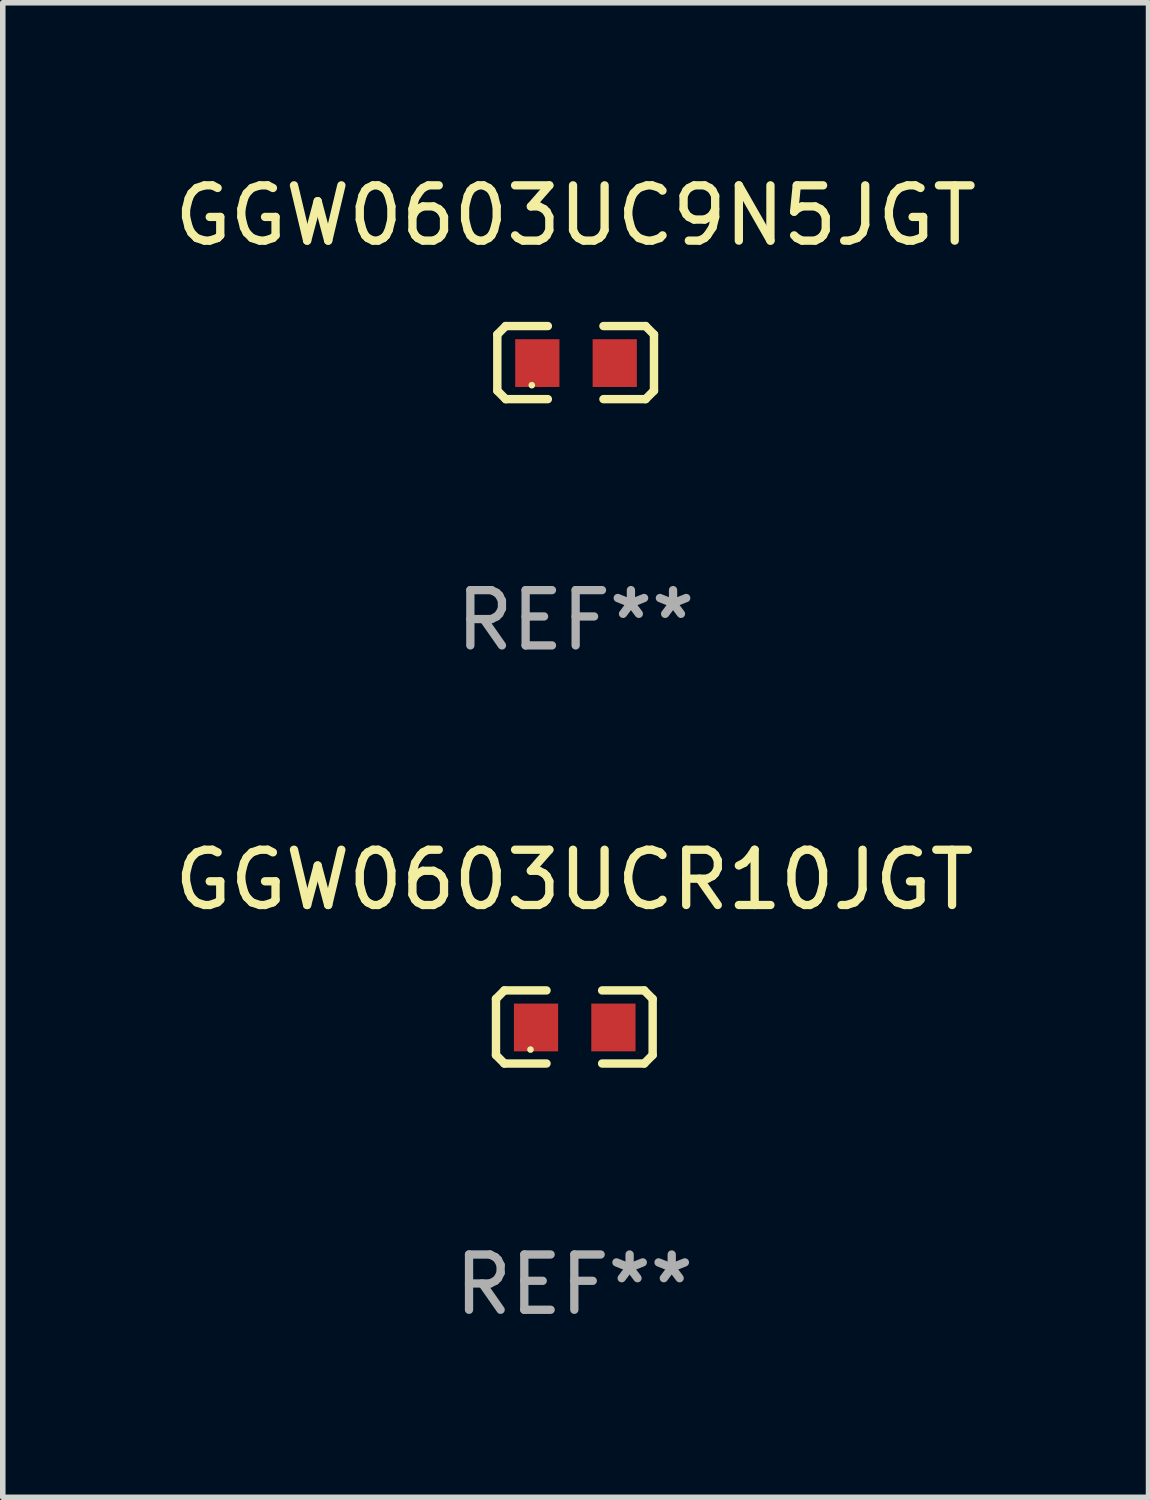
<source format=kicad_pcb>
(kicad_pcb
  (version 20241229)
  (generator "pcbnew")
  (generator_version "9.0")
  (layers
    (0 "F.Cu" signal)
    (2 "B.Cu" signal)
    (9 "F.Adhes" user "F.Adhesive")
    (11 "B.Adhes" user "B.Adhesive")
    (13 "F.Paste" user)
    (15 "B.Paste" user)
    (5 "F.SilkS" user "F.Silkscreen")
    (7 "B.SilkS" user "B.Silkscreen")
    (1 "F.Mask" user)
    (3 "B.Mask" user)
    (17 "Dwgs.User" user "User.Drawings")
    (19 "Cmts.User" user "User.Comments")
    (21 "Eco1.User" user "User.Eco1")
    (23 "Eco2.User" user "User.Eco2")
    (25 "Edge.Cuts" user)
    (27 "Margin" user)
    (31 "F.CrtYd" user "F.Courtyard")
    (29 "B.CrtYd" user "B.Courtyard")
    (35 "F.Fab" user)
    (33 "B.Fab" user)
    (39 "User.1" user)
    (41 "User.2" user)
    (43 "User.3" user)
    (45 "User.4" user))
  (footprint "GGW0603UCR10JGT"
    (layer "F.Cu")
    (at 7.339 15.527)
    (property "Reference" "GGW0603UCR10JGT" (at 0 -2.661 0) (layer "F.SilkS") (effects (font (size 1 1) (thickness 0.15))))
    (attr through_hole)
    (fp_line (start -1.417 -0.508) (end -1.265 -0.661) (stroke (width 0.152) (type solid)) (layer "F.SilkS"))
    (fp_line (start -1.417 0.508) (end -1.417 -0.508) (stroke (width 0.152) (type solid)) (layer "F.SilkS"))
    (fp_line (start -1.265 -0.661) (end -0.503 -0.661) (stroke (width 0.152) (type solid)) (layer "F.SilkS"))
    (fp_line (start -1.265 0.661) (end -1.417 0.508) (stroke (width 0.152) (type solid)) (layer "F.SilkS"))
    (fp_line (start -1.265 0.661) (end -0.503 0.661) (stroke (width 0.152) (type solid)) (layer "F.SilkS"))
    (fp_line (start 1.265 -0.661) (end 0.503 -0.661) (stroke (width 0.152) (type solid)) (layer "F.SilkS"))
    (fp_line (start 1.265 -0.661) (end 1.417 -0.508) (stroke (width 0.152) (type solid)) (layer "F.SilkS"))
    (fp_line (start 1.265 0.661) (end 0.503 0.661) (stroke (width 0.152) (type solid)) (layer "F.SilkS"))
    (fp_line (start 1.417 -0.508) (end 1.417 0.508) (stroke (width 0.152) (type solid)) (layer "F.SilkS"))
    (fp_line (start 1.417 0.508) (end 1.265 0.661) (stroke (width 0.152) (type solid)) (layer "F.SilkS"))
    (fp_circle (center -0.793 0.409) (end -0.763 0.409) (stroke (width 0.06) (type solid)) (fill no) (layer "F.SilkS"))
    (fp_text user "REF**" (at 0 4.661 0) (layer "F.Fab") (effects (font (size 1 1) (thickness 0.15))))
    (pad "1" smd rect (at -0.693 0.009 180) (size 0.8 0.864) (layers "F.Cu" "F.Mask" "F.Paste"))
    (pad "2" smd rect (at 0.707 0.009 180) (size 0.8 0.864) (layers "F.Cu" "F.Mask" "F.Paste")))
  (footprint "GGW0603UC9N5JGT"
    (layer "F.Cu")
    (at 7.363 3.509)
    (property "Reference" "GGW0603UC9N5JGT" (at 0 -2.661 0) (layer "F.SilkS") (effects (font (size 1 1) (thickness 0.15))))
    (attr through_hole)
    (fp_line (start -1.417 -0.508) (end -1.265 -0.661) (stroke (width 0.152) (type solid)) (layer "F.SilkS"))
    (fp_line (start -1.417 0.508) (end -1.417 -0.508) (stroke (width 0.152) (type solid)) (layer "F.SilkS"))
    (fp_line (start -1.265 -0.661) (end -0.503 -0.661) (stroke (width 0.152) (type solid)) (layer "F.SilkS"))
    (fp_line (start -1.265 0.661) (end -1.417 0.508) (stroke (width 0.152) (type solid)) (layer "F.SilkS"))
    (fp_line (start -1.265 0.661) (end -0.503 0.661) (stroke (width 0.152) (type solid)) (layer "F.SilkS"))
    (fp_line (start 1.265 -0.661) (end 0.503 -0.661) (stroke (width 0.152) (type solid)) (layer "F.SilkS"))
    (fp_line (start 1.265 -0.661) (end 1.417 -0.508) (stroke (width 0.152) (type solid)) (layer "F.SilkS"))
    (fp_line (start 1.265 0.661) (end 0.503 0.661) (stroke (width 0.152) (type solid)) (layer "F.SilkS"))
    (fp_line (start 1.417 -0.508) (end 1.417 0.508) (stroke (width 0.152) (type solid)) (layer "F.SilkS"))
    (fp_line (start 1.417 0.508) (end 1.265 0.661) (stroke (width 0.152) (type solid)) (layer "F.SilkS"))
    (fp_circle (center -0.793 0.409) (end -0.763 0.409) (stroke (width 0.06) (type solid)) (fill no) (layer "F.SilkS"))
    (fp_text user "REF**" (at 0 4.661 0) (layer "F.Fab") (effects (font (size 1 1) (thickness 0.15))))
    (pad "1" smd rect (at -0.693 0.009 180) (size 0.8 0.864) (layers "F.Cu" "F.Mask" "F.Paste"))
    (pad "2" smd rect (at 0.707 0.009 180) (size 0.8 0.864) (layers "F.Cu" "F.Mask" "F.Paste")))
  (gr_rect
    (start -3 -3)
    (end 17.726 24.035)
    (stroke (width 0.1) (type default))
    (fill no)
    (layer "Edge.Cuts")))
</source>
